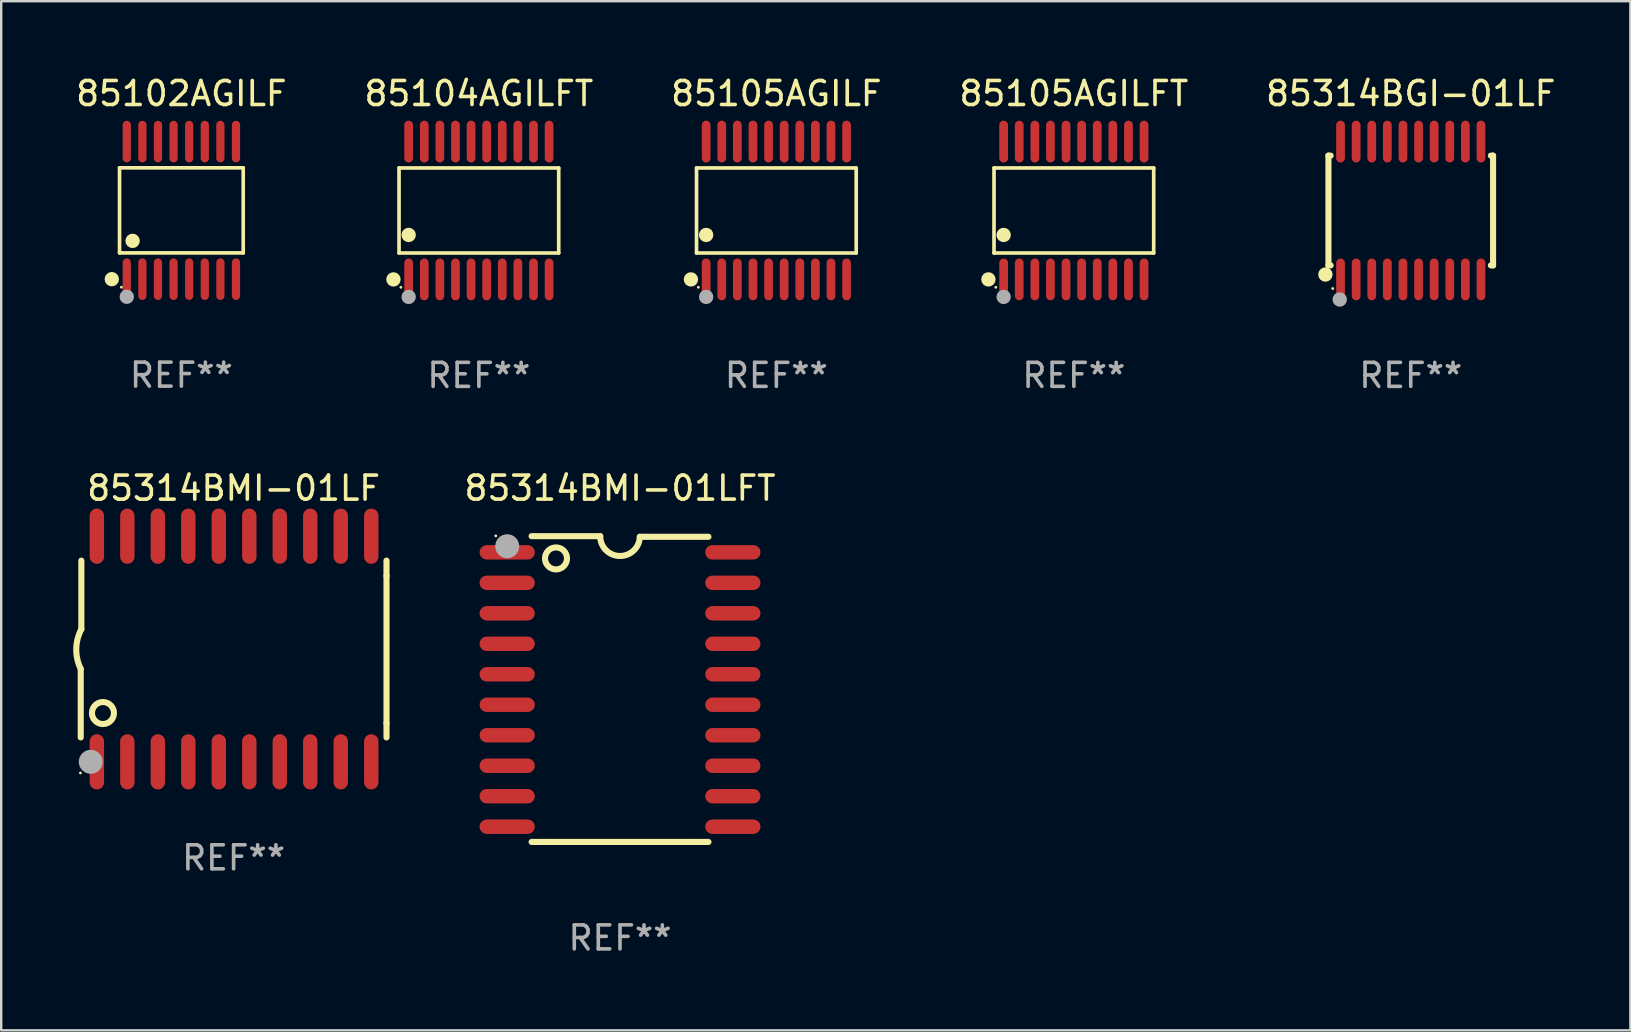
<source format=kicad_pcb>
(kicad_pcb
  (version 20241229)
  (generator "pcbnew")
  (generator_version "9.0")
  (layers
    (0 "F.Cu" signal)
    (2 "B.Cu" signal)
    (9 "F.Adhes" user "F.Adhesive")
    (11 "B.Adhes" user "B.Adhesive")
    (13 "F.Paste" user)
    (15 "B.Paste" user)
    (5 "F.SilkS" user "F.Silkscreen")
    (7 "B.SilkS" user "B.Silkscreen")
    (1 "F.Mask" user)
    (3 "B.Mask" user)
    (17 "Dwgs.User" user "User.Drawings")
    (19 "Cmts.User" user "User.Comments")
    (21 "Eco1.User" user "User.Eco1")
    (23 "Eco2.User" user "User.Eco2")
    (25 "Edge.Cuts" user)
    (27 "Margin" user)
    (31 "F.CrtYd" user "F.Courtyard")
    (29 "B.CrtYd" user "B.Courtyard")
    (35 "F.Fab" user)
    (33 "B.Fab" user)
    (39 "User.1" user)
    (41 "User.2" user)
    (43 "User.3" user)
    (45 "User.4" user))
  (footprint "85314BMI-01LF"
    (layer "F.Cu")
    (at 6.682 23.987)
    (property "Reference" "85314BMI-01LF" (at 0 -6.7 0) (layer "F.SilkS") (effects (font (size 1 1) (thickness 0.15))))
    (attr through_hole)
    (fp_line (start -6.369 0.826) (end -6.369 3.683) (stroke (width 0.254) (type solid)) (layer "F.SilkS"))
    (fp_line (start -6.343 -0.825) (end -6.343 -3.683) (stroke (width 0.254) (type solid)) (layer "F.SilkS"))
    (fp_line (start 6.369 -3.048) (end 6.369 -3.683) (stroke (width 0.254) (type solid)) (layer "F.SilkS"))
    (fp_line (start 6.369 -3.048) (end 6.369 3.096) (stroke (width 0.254) (type solid)) (layer "F.SilkS"))
    (fp_line (start 6.369 3.096) (end 6.369 3.683) (stroke (width 0.254) (type solid)) (layer "F.SilkS"))
    (fp_arc (start -6.36853 0.825552) (mid -6.554743 -0.00301) (end -6.343129 -0.825451) (stroke (width 0.254001) (type solid)) (layer "F.SilkS"))
    (fp_circle (center -6.382 5.163) (end -6.352 5.163) (stroke (width 0.06) (type solid)) (fill no) (layer "F.SilkS"))
    (fp_circle (center -5.443 2.667) (end -4.985 2.667) (stroke (width 0.254) (type solid)) (fill no) (layer "F.SilkS"))
    (fp_circle (center -5.951 4.699) (end -5.701 4.699) (stroke (width 0.5) (type solid)) (fill no) (layer "F.Fab"))
    (fp_text user "REF**" (at 0 8.7 0) (layer "F.Fab") (effects (font (size 1 1) (thickness 0.15))))
    (pad "1" smd oval (at -5.697 4.7 180) (size 0.6 2.3) (layers "F.Cu" "F.Mask" "F.Paste"))
    (pad "2" smd oval (at -4.427 4.7 180) (size 0.6 2.3) (layers "F.Cu" "F.Mask" "F.Paste"))
    (pad "3" smd oval (at -3.157 4.7 180) (size 0.6 2.3) (layers "F.Cu" "F.Mask" "F.Paste"))
    (pad "4" smd oval (at -1.887 4.7 180) (size 0.6 2.3) (layers "F.Cu" "F.Mask" "F.Paste"))
    (pad "5" smd oval (at -0.617 4.7 180) (size 0.6 2.3) (layers "F.Cu" "F.Mask" "F.Paste"))
    (pad "6" smd oval (at 0.653 4.7 180) (size 0.6 2.3) (layers "F.Cu" "F.Mask" "F.Paste"))
    (pad "7" smd oval (at 1.923 4.7 180) (size 0.6 2.3) (layers "F.Cu" "F.Mask" "F.Paste"))
    (pad "8" smd oval (at 3.193 4.7 180) (size 0.6 2.3) (layers "F.Cu" "F.Mask" "F.Paste"))
    (pad "9" smd oval (at 4.463 4.7 180) (size 0.6 2.3) (layers "F.Cu" "F.Mask" "F.Paste"))
    (pad "10" smd oval (at 5.734 4.7 180) (size 0.6 2.3) (layers "F.Cu" "F.Mask" "F.Paste"))
    (pad "11" smd oval (at 5.734 -4.7 180) (size 0.6 2.3) (layers "F.Cu" "F.Mask" "F.Paste"))
    (pad "12" smd oval (at 4.463 -4.7 180) (size 0.6 2.3) (layers "F.Cu" "F.Mask" "F.Paste"))
    (pad "13" smd oval (at 3.193 -4.7 180) (size 0.6 2.3) (layers "F.Cu" "F.Mask" "F.Paste"))
    (pad "14" smd oval (at 1.923 -4.7 180) (size 0.6 2.3) (layers "F.Cu" "F.Mask" "F.Paste"))
    (pad "15" smd oval (at 0.653 -4.7 180) (size 0.6 2.3) (layers "F.Cu" "F.Mask" "F.Paste"))
    (pad "16" smd oval (at -0.617 -4.7 180) (size 0.6 2.3) (layers "F.Cu" "F.Mask" "F.Paste"))
    (pad "17" smd oval (at -1.887 -4.7 180) (size 0.6 2.3) (layers "F.Cu" "F.Mask" "F.Paste"))
    (pad "18" smd oval (at -3.157 -4.7 180) (size 0.6 2.3) (layers "F.Cu" "F.Mask" "F.Paste"))
    (pad "19" smd oval (at -4.427 -4.7 180) (size 0.6 2.3) (layers "F.Cu" "F.Mask" "F.Paste"))
    (pad "20" smd oval (at -5.697 -4.7 180) (size 0.6 2.3) (layers "F.Cu" "F.Mask" "F.Paste")))
  (footprint "85105AGILF"
    (layer "F.Cu")
    (at 29.292 5.719)
    (property "Reference" "85105AGILF" (at 0 -4.871 0) (layer "F.SilkS") (effects (font (size 1 1) (thickness 0.15))))
    (attr through_hole)
    (fp_line (start -3.326 -1.771) (end 3.326 -1.771) (stroke (width 0.152) (type solid)) (layer "F.SilkS"))
    (fp_line (start -3.326 1.771) (end -3.326 -1.771) (stroke (width 0.152) (type solid)) (layer "F.SilkS"))
    (fp_line (start 3.326 -1.771) (end 3.326 1.771) (stroke (width 0.152) (type solid)) (layer "F.SilkS"))
    (fp_line (start 3.326 1.771) (end -3.326 1.771) (stroke (width 0.152) (type solid)) (layer "F.SilkS"))
    (fp_circle (center -3.559 2.871) (end -3.409 2.871) (stroke (width 0.3) (type solid)) (fill no) (layer "F.SilkS"))
    (fp_circle (center -3.25 3.2) (end -3.22 3.2) (stroke (width 0.06) (type solid)) (fill no) (layer "F.SilkS"))
    (fp_circle (center -2.925 1.019) (end -2.775 1.019) (stroke (width 0.3) (type solid)) (fill no) (layer "F.SilkS"))
    (fp_circle (center -2.925 3.6) (end -2.775 3.6) (stroke (width 0.3) (type solid)) (fill no) (layer "F.Fab"))
    (fp_text user "REF**" (at 0 6.871 0) (layer "F.Fab") (effects (font (size 1 1) (thickness 0.15))))
    (pad "1" smd oval (at -2.925 2.871) (size 0.364 1.742) (layers "F.Cu" "F.Mask" "F.Paste"))
    (pad "2" smd oval (at -2.275 2.871) (size 0.364 1.742) (layers "F.Cu" "F.Mask" "F.Paste"))
    (pad "3" smd oval (at -1.625 2.871) (size 0.364 1.742) (layers "F.Cu" "F.Mask" "F.Paste"))
    (pad "4" smd oval (at -0.975 2.871) (size 0.364 1.742) (layers "F.Cu" "F.Mask" "F.Paste"))
    (pad "5" smd oval (at -0.325 2.871) (size 0.364 1.742) (layers "F.Cu" "F.Mask" "F.Paste"))
    (pad "6" smd oval (at 0.325 2.871) (size 0.364 1.742) (layers "F.Cu" "F.Mask" "F.Paste"))
    (pad "7" smd oval (at 0.975 2.871) (size 0.364 1.742) (layers "F.Cu" "F.Mask" "F.Paste"))
    (pad "8" smd oval (at 1.625 2.871) (size 0.364 1.742) (layers "F.Cu" "F.Mask" "F.Paste"))
    (pad "9" smd oval (at 2.275 2.871) (size 0.364 1.742) (layers "F.Cu" "F.Mask" "F.Paste"))
    (pad "10" smd oval (at 2.925 2.871) (size 0.364 1.742) (layers "F.Cu" "F.Mask" "F.Paste"))
    (pad "11" smd oval (at 2.925 -2.871) (size 0.364 1.742) (layers "F.Cu" "F.Mask" "F.Paste"))
    (pad "12" smd oval (at 2.275 -2.871) (size 0.364 1.742) (layers "F.Cu" "F.Mask" "F.Paste"))
    (pad "13" smd oval (at 1.625 -2.871) (size 0.364 1.742) (layers "F.Cu" "F.Mask" "F.Paste"))
    (pad "14" smd oval (at 0.975 -2.871) (size 0.364 1.742) (layers "F.Cu" "F.Mask" "F.Paste"))
    (pad "15" smd oval (at 0.325 -2.871) (size 0.364 1.742) (layers "F.Cu" "F.Mask" "F.Paste"))
    (pad "16" smd oval (at -0.325 -2.871) (size 0.364 1.742) (layers "F.Cu" "F.Mask" "F.Paste"))
    (pad "17" smd oval (at -0.975 -2.871) (size 0.364 1.742) (layers "F.Cu" "F.Mask" "F.Paste"))
    (pad "18" smd oval (at -1.625 -2.871) (size 0.364 1.742) (layers "F.Cu" "F.Mask" "F.Paste"))
    (pad "19" smd oval (at -2.275 -2.871) (size 0.364 1.742) (layers "F.Cu" "F.Mask" "F.Paste"))
    (pad "20" smd oval (at -2.925 -2.871) (size 0.364 1.742) (layers "F.Cu" "F.Mask" "F.Paste")))
  (footprint "85104AGILFT"
    (layer "F.Cu")
    (at 16.899 5.719)
    (property "Reference" "85104AGILFT" (at 0 -4.871 0) (layer "F.SilkS") (effects (font (size 1 1) (thickness 0.15))))
    (attr through_hole)
    (fp_line (start -3.326 -1.771) (end 3.326 -1.771) (stroke (width 0.152) (type solid)) (layer "F.SilkS"))
    (fp_line (start -3.326 1.771) (end -3.326 -1.771) (stroke (width 0.152) (type solid)) (layer "F.SilkS"))
    (fp_line (start 3.326 -1.771) (end 3.326 1.771) (stroke (width 0.152) (type solid)) (layer "F.SilkS"))
    (fp_line (start 3.326 1.771) (end -3.326 1.771) (stroke (width 0.152) (type solid)) (layer "F.SilkS"))
    (fp_circle (center -3.559 2.871) (end -3.409 2.871) (stroke (width 0.3) (type solid)) (fill no) (layer "F.SilkS"))
    (fp_circle (center -3.25 3.2) (end -3.22 3.2) (stroke (width 0.06) (type solid)) (fill no) (layer "F.SilkS"))
    (fp_circle (center -2.925 1.019) (end -2.775 1.019) (stroke (width 0.3) (type solid)) (fill no) (layer "F.SilkS"))
    (fp_circle (center -2.925 3.6) (end -2.775 3.6) (stroke (width 0.3) (type solid)) (fill no) (layer "F.Fab"))
    (fp_text user "REF**" (at 0 6.871 0) (layer "F.Fab") (effects (font (size 1 1) (thickness 0.15))))
    (pad "1" smd oval (at -2.925 2.871) (size 0.364 1.742) (layers "F.Cu" "F.Mask" "F.Paste"))
    (pad "2" smd oval (at -2.275 2.871) (size 0.364 1.742) (layers "F.Cu" "F.Mask" "F.Paste"))
    (pad "3" smd oval (at -1.625 2.871) (size 0.364 1.742) (layers "F.Cu" "F.Mask" "F.Paste"))
    (pad "4" smd oval (at -0.975 2.871) (size 0.364 1.742) (layers "F.Cu" "F.Mask" "F.Paste"))
    (pad "5" smd oval (at -0.325 2.871) (size 0.364 1.742) (layers "F.Cu" "F.Mask" "F.Paste"))
    (pad "6" smd oval (at 0.325 2.871) (size 0.364 1.742) (layers "F.Cu" "F.Mask" "F.Paste"))
    (pad "7" smd oval (at 0.975 2.871) (size 0.364 1.742) (layers "F.Cu" "F.Mask" "F.Paste"))
    (pad "8" smd oval (at 1.625 2.871) (size 0.364 1.742) (layers "F.Cu" "F.Mask" "F.Paste"))
    (pad "9" smd oval (at 2.275 2.871) (size 0.364 1.742) (layers "F.Cu" "F.Mask" "F.Paste"))
    (pad "10" smd oval (at 2.925 2.871) (size 0.364 1.742) (layers "F.Cu" "F.Mask" "F.Paste"))
    (pad "11" smd oval (at 2.925 -2.871) (size 0.364 1.742) (layers "F.Cu" "F.Mask" "F.Paste"))
    (pad "12" smd oval (at 2.275 -2.871) (size 0.364 1.742) (layers "F.Cu" "F.Mask" "F.Paste"))
    (pad "13" smd oval (at 1.625 -2.871) (size 0.364 1.742) (layers "F.Cu" "F.Mask" "F.Paste"))
    (pad "14" smd oval (at 0.975 -2.871) (size 0.364 1.742) (layers "F.Cu" "F.Mask" "F.Paste"))
    (pad "15" smd oval (at 0.325 -2.871) (size 0.364 1.742) (layers "F.Cu" "F.Mask" "F.Paste"))
    (pad "16" smd oval (at -0.325 -2.871) (size 0.364 1.742) (layers "F.Cu" "F.Mask" "F.Paste"))
    (pad "17" smd oval (at -0.975 -2.871) (size 0.364 1.742) (layers "F.Cu" "F.Mask" "F.Paste"))
    (pad "18" smd oval (at -1.625 -2.871) (size 0.364 1.742) (layers "F.Cu" "F.Mask" "F.Paste"))
    (pad "19" smd oval (at -2.275 -2.871) (size 0.364 1.742) (layers "F.Cu" "F.Mask" "F.Paste"))
    (pad "20" smd oval (at -2.925 -2.871) (size 0.364 1.742) (layers "F.Cu" "F.Mask" "F.Paste")))
  (footprint "85105AGILFT"
    (layer "F.Cu")
    (at 41.685 5.719)
    (property "Reference" "85105AGILFT" (at 0 -4.871 0) (layer "F.SilkS") (effects (font (size 1 1) (thickness 0.15))))
    (attr through_hole)
    (fp_line (start -3.326 -1.771) (end 3.326 -1.771) (stroke (width 0.152) (type solid)) (layer "F.SilkS"))
    (fp_line (start -3.326 1.771) (end -3.326 -1.771) (stroke (width 0.152) (type solid)) (layer "F.SilkS"))
    (fp_line (start 3.326 -1.771) (end 3.326 1.771) (stroke (width 0.152) (type solid)) (layer "F.SilkS"))
    (fp_line (start 3.326 1.771) (end -3.326 1.771) (stroke (width 0.152) (type solid)) (layer "F.SilkS"))
    (fp_circle (center -3.559 2.871) (end -3.409 2.871) (stroke (width 0.3) (type solid)) (fill no) (layer "F.SilkS"))
    (fp_circle (center -3.25 3.2) (end -3.22 3.2) (stroke (width 0.06) (type solid)) (fill no) (layer "F.SilkS"))
    (fp_circle (center -2.925 1.019) (end -2.775 1.019) (stroke (width 0.3) (type solid)) (fill no) (layer "F.SilkS"))
    (fp_circle (center -2.925 3.6) (end -2.775 3.6) (stroke (width 0.3) (type solid)) (fill no) (layer "F.Fab"))
    (fp_text user "REF**" (at 0 6.871 0) (layer "F.Fab") (effects (font (size 1 1) (thickness 0.15))))
    (pad "1" smd oval (at -2.925 2.871) (size 0.364 1.742) (layers "F.Cu" "F.Mask" "F.Paste"))
    (pad "2" smd oval (at -2.275 2.871) (size 0.364 1.742) (layers "F.Cu" "F.Mask" "F.Paste"))
    (pad "3" smd oval (at -1.625 2.871) (size 0.364 1.742) (layers "F.Cu" "F.Mask" "F.Paste"))
    (pad "4" smd oval (at -0.975 2.871) (size 0.364 1.742) (layers "F.Cu" "F.Mask" "F.Paste"))
    (pad "5" smd oval (at -0.325 2.871) (size 0.364 1.742) (layers "F.Cu" "F.Mask" "F.Paste"))
    (pad "6" smd oval (at 0.325 2.871) (size 0.364 1.742) (layers "F.Cu" "F.Mask" "F.Paste"))
    (pad "7" smd oval (at 0.975 2.871) (size 0.364 1.742) (layers "F.Cu" "F.Mask" "F.Paste"))
    (pad "8" smd oval (at 1.625 2.871) (size 0.364 1.742) (layers "F.Cu" "F.Mask" "F.Paste"))
    (pad "9" smd oval (at 2.275 2.871) (size 0.364 1.742) (layers "F.Cu" "F.Mask" "F.Paste"))
    (pad "10" smd oval (at 2.925 2.871) (size 0.364 1.742) (layers "F.Cu" "F.Mask" "F.Paste"))
    (pad "11" smd oval (at 2.925 -2.871) (size 0.364 1.742) (layers "F.Cu" "F.Mask" "F.Paste"))
    (pad "12" smd oval (at 2.275 -2.871) (size 0.364 1.742) (layers "F.Cu" "F.Mask" "F.Paste"))
    (pad "13" smd oval (at 1.625 -2.871) (size 0.364 1.742) (layers "F.Cu" "F.Mask" "F.Paste"))
    (pad "14" smd oval (at 0.975 -2.871) (size 0.364 1.742) (layers "F.Cu" "F.Mask" "F.Paste"))
    (pad "15" smd oval (at 0.325 -2.871) (size 0.364 1.742) (layers "F.Cu" "F.Mask" "F.Paste"))
    (pad "16" smd oval (at -0.325 -2.871) (size 0.364 1.742) (layers "F.Cu" "F.Mask" "F.Paste"))
    (pad "17" smd oval (at -0.975 -2.871) (size 0.364 1.742) (layers "F.Cu" "F.Mask" "F.Paste"))
    (pad "18" smd oval (at -1.625 -2.871) (size 0.364 1.742) (layers "F.Cu" "F.Mask" "F.Paste"))
    (pad "19" smd oval (at -2.275 -2.871) (size 0.364 1.742) (layers "F.Cu" "F.Mask" "F.Paste"))
    (pad "20" smd oval (at -2.925 -2.871) (size 0.364 1.742) (layers "F.Cu" "F.Mask" "F.Paste")))
  (footprint "85314BMI-01LFT"
    (layer "F.Cu")
    (at 22.779 25.655)
    (property "Reference" "85314BMI-01LFT" (at 0 -8.369 0) (layer "F.SilkS") (effects (font (size 1 1) (thickness 0.15))))
    (attr through_hole)
    (fp_line (start -3.096 6.369) (end -3.683 6.369) (stroke (width 0.254) (type solid)) (layer "F.SilkS"))
    (fp_line (start -0.825 -6.369) (end -3.683 -6.369) (stroke (width 0.254) (type solid)) (layer "F.SilkS"))
    (fp_line (start 0.826 -6.343) (end 3.683 -6.343) (stroke (width 0.254) (type solid)) (layer "F.SilkS"))
    (fp_line (start 3.048 6.369) (end -3.096 6.369) (stroke (width 0.254) (type solid)) (layer "F.SilkS"))
    (fp_line (start 3.048 6.369) (end 3.683 6.369) (stroke (width 0.254) (type solid)) (layer "F.SilkS"))
    (fp_arc (start 0.825527 -6.343129) (mid -0.012478 -5.543126) (end -0.825476 -6.36853) (stroke (width 0.254001) (type solid)) (layer "F.SilkS"))
    (fp_circle (center -5.175 -6.382) (end -5.145 -6.382) (stroke (width 0.06) (type solid)) (fill no) (layer "F.SilkS"))
    (fp_circle (center -2.667 -5.442) (end -2.209 -5.442) (stroke (width 0.254) (type solid)) (fill no) (layer "F.SilkS"))
    (fp_circle (center -4.699 -5.95) (end -4.449 -5.95) (stroke (width 0.5) (type solid)) (fill no) (layer "F.Fab"))
    (fp_text user "REF**" (at 0 10.369 0) (layer "F.Fab") (effects (font (size 1 1) (thickness 0.15))))
    (pad "1" smd oval (at -4.7 -5.696 90) (size 0.6 2.3) (layers "F.Cu" "F.Mask" "F.Paste"))
    (pad "2" smd oval (at -4.7 -4.426 90) (size 0.6 2.3) (layers "F.Cu" "F.Mask" "F.Paste"))
    (pad "3" smd oval (at -4.7 -3.156 90) (size 0.6 2.3) (layers "F.Cu" "F.Mask" "F.Paste"))
    (pad "4" smd oval (at -4.7 -1.886 90) (size 0.6 2.3) (layers "F.Cu" "F.Mask" "F.Paste"))
    (pad "5" smd oval (at -4.7 -0.616 90) (size 0.6 2.3) (layers "F.Cu" "F.Mask" "F.Paste"))
    (pad "6" smd oval (at -4.7 0.654 90) (size 0.6 2.3) (layers "F.Cu" "F.Mask" "F.Paste"))
    (pad "7" smd oval (at -4.7 1.924 90) (size 0.6 2.3) (layers "F.Cu" "F.Mask" "F.Paste"))
    (pad "8" smd oval (at -4.7 3.194 90) (size 0.6 2.3) (layers "F.Cu" "F.Mask" "F.Paste"))
    (pad "9" smd oval (at -4.7 4.464 90) (size 0.6 2.3) (layers "F.Cu" "F.Mask" "F.Paste"))
    (pad "10" smd oval (at -4.7 5.734 90) (size 0.6 2.3) (layers "F.Cu" "F.Mask" "F.Paste"))
    (pad "11" smd oval (at 4.7 5.734 90) (size 0.6 2.3) (layers "F.Cu" "F.Mask" "F.Paste"))
    (pad "12" smd oval (at 4.7 4.464 90) (size 0.6 2.3) (layers "F.Cu" "F.Mask" "F.Paste"))
    (pad "13" smd oval (at 4.7 3.194 90) (size 0.6 2.3) (layers "F.Cu" "F.Mask" "F.Paste"))
    (pad "14" smd oval (at 4.7 1.924 90) (size 0.6 2.3) (layers "F.Cu" "F.Mask" "F.Paste"))
    (pad "15" smd oval (at 4.7 0.654 90) (size 0.6 2.3) (layers "F.Cu" "F.Mask" "F.Paste"))
    (pad "16" smd oval (at 4.7 -0.616 90) (size 0.6 2.3) (layers "F.Cu" "F.Mask" "F.Paste"))
    (pad "17" smd oval (at 4.7 -1.886 90) (size 0.6 2.3) (layers "F.Cu" "F.Mask" "F.Paste"))
    (pad "18" smd oval (at 4.7 -3.156 90) (size 0.6 2.3) (layers "F.Cu" "F.Mask" "F.Paste"))
    (pad "19" smd oval (at 4.7 -4.426 90) (size 0.6 2.3) (layers "F.Cu" "F.Mask" "F.Paste"))
    (pad "20" smd oval (at 4.7 -5.696 90) (size 0.6 2.3) (layers "F.Cu" "F.Mask" "F.Paste")))
  (footprint "85102AGILF"
    (layer "F.Cu")
    (at 4.506 5.714)
    (property "Reference" "85102AGILF" (at 0 -4.866 0) (layer "F.SilkS") (effects (font (size 1 1) (thickness 0.15))))
    (attr through_hole)
    (fp_line (start -2.576 -1.772) (end 2.576 -1.772) (stroke (width 0.152) (type solid)) (layer "F.SilkS"))
    (fp_line (start -2.576 1.771) (end -2.576 -1.772) (stroke (width 0.152) (type solid)) (layer "F.SilkS"))
    (fp_line (start 2.576 -1.772) (end 2.576 1.771) (stroke (width 0.152) (type solid)) (layer "F.SilkS"))
    (fp_line (start 2.576 1.771) (end -2.576 1.771) (stroke (width 0.152) (type solid)) (layer "F.SilkS"))
    (fp_circle (center -2.899 2.866) (end -2.749 2.866) (stroke (width 0.3) (type solid)) (fill no) (layer "F.SilkS"))
    (fp_circle (center -2.5 3.2) (end -2.47 3.2) (stroke (width 0.06) (type solid)) (fill no) (layer "F.SilkS"))
    (fp_circle (center -2.032 1.27) (end -1.882 1.27) (stroke (width 0.3) (type solid)) (fill no) (layer "F.SilkS"))
    (fp_circle (center -2.275 3.6) (end -2.125 3.6) (stroke (width 0.3) (type solid)) (fill no) (layer "F.Fab"))
    (fp_text user "REF**" (at 0 6.866 0) (layer "F.Fab") (effects (font (size 1 1) (thickness 0.15))))
    (pad "1" smd oval (at -2.275 2.866) (size 0.343 1.731) (layers "F.Cu" "F.Mask" "F.Paste"))
    (pad "2" smd oval (at -1.625 2.866) (size 0.343 1.731) (layers "F.Cu" "F.Mask" "F.Paste"))
    (pad "3" smd oval (at -0.975 2.866) (size 0.343 1.731) (layers "F.Cu" "F.Mask" "F.Paste"))
    (pad "4" smd oval (at -0.325 2.866) (size 0.343 1.731) (layers "F.Cu" "F.Mask" "F.Paste"))
    (pad "5" smd oval (at 0.325 2.866) (size 0.343 1.731) (layers "F.Cu" "F.Mask" "F.Paste"))
    (pad "6" smd oval (at 0.975 2.866) (size 0.343 1.731) (layers "F.Cu" "F.Mask" "F.Paste"))
    (pad "7" smd oval (at 1.625 2.866) (size 0.343 1.731) (layers "F.Cu" "F.Mask" "F.Paste"))
    (pad "8" smd oval (at 2.275 2.866) (size 0.343 1.731) (layers "F.Cu" "F.Mask" "F.Paste"))
    (pad "9" smd oval (at 2.275 -2.866) (size 0.343 1.731) (layers "F.Cu" "F.Mask" "F.Paste"))
    (pad "10" smd oval (at 1.625 -2.866) (size 0.343 1.731) (layers "F.Cu" "F.Mask" "F.Paste"))
    (pad "11" smd oval (at 0.975 -2.866) (size 0.343 1.731) (layers "F.Cu" "F.Mask" "F.Paste"))
    (pad "12" smd oval (at 0.325 -2.866) (size 0.343 1.731) (layers "F.Cu" "F.Mask" "F.Paste"))
    (pad "13" smd oval (at -0.325 -2.866) (size 0.343 1.731) (layers "F.Cu" "F.Mask" "F.Paste"))
    (pad "14" smd oval (at -0.975 -2.866) (size 0.343 1.731) (layers "F.Cu" "F.Mask" "F.Paste"))
    (pad "15" smd oval (at -1.625 -2.866) (size 0.343 1.731) (layers "F.Cu" "F.Mask" "F.Paste"))
    (pad "16" smd oval (at -2.275 -2.866) (size 0.343 1.731) (layers "F.Cu" "F.Mask" "F.Paste")))
  (footprint "85314BGI-01LF"
    (layer "F.Cu")
    (at 55.72 5.719)
    (property "Reference" "85314BGI-01LF" (at 0 -4.871 0) (layer "F.SilkS") (effects (font (size 1 1) (thickness 0.15))))
    (attr through_hole)
    (fp_line (start -3.429 -2.286) (end -3.429 2.286) (stroke (width 0.254) (type solid)) (layer "F.SilkS"))
    (fp_line (start -3.429 2.286) (end -3.338 2.286) (stroke (width 0.254) (type solid)) (layer "F.SilkS"))
    (fp_line (start -3.338 -2.286) (end -3.429 -2.286) (stroke (width 0.254) (type solid)) (layer "F.SilkS"))
    (fp_line (start 3.338 -2.286) (end 3.429 -2.286) (stroke (width 0.254) (type solid)) (layer "F.SilkS"))
    (fp_line (start 3.429 -2.286) (end 3.429 2.286) (stroke (width 0.254) (type solid)) (layer "F.SilkS"))
    (fp_line (start 3.429 2.286) (end 3.338 2.286) (stroke (width 0.254) (type solid)) (layer "F.SilkS"))
    (fp_circle (center -3.556 2.667) (end -3.406 2.667) (stroke (width 0.3) (type solid)) (fill no) (layer "F.SilkS"))
    (fp_circle (center -3.25 3.25) (end -3.22 3.25) (stroke (width 0.06) (type solid)) (fill no) (layer "F.SilkS"))
    (fp_circle (center -2.959 3.707) (end -2.808 3.707) (stroke (width 0.3) (type solid)) (fill no) (layer "F.Fab"))
    (fp_text user "REF**" (at 0 6.871 0) (layer "F.Fab") (effects (font (size 1 1) (thickness 0.15))))
    (pad "1" smd oval (at -2.925 2.871) (size 0.364 1.742) (layers "F.Cu" "F.Mask" "F.Paste"))
    (pad "2" smd oval (at -2.275 2.871) (size 0.364 1.742) (layers "F.Cu" "F.Mask" "F.Paste"))
    (pad "3" smd oval (at -1.625 2.871) (size 0.364 1.742) (layers "F.Cu" "F.Mask" "F.Paste"))
    (pad "4" smd oval (at -0.975 2.871) (size 0.364 1.742) (layers "F.Cu" "F.Mask" "F.Paste"))
    (pad "5" smd oval (at -0.325 2.871) (size 0.364 1.742) (layers "F.Cu" "F.Mask" "F.Paste"))
    (pad "6" smd oval (at 0.325 2.871) (size 0.364 1.742) (layers "F.Cu" "F.Mask" "F.Paste"))
    (pad "7" smd oval (at 0.975 2.871) (size 0.364 1.742) (layers "F.Cu" "F.Mask" "F.Paste"))
    (pad "8" smd oval (at 1.625 2.871) (size 0.364 1.742) (layers "F.Cu" "F.Mask" "F.Paste"))
    (pad "9" smd oval (at 2.275 2.871) (size 0.364 1.742) (layers "F.Cu" "F.Mask" "F.Paste"))
    (pad "10" smd oval (at 2.925 2.871) (size 0.364 1.742) (layers "F.Cu" "F.Mask" "F.Paste"))
    (pad "11" smd oval (at 2.925 -2.871) (size 0.364 1.742) (layers "F.Cu" "F.Mask" "F.Paste"))
    (pad "12" smd oval (at 2.275 -2.871) (size 0.364 1.742) (layers "F.Cu" "F.Mask" "F.Paste"))
    (pad "13" smd oval (at 1.625 -2.871) (size 0.364 1.742) (layers "F.Cu" "F.Mask" "F.Paste"))
    (pad "14" smd oval (at 0.975 -2.871) (size 0.364 1.742) (layers "F.Cu" "F.Mask" "F.Paste"))
    (pad "15" smd oval (at 0.325 -2.871) (size 0.364 1.742) (layers "F.Cu" "F.Mask" "F.Paste"))
    (pad "16" smd oval (at -0.325 -2.871) (size 0.364 1.742) (layers "F.Cu" "F.Mask" "F.Paste"))
    (pad "17" smd oval (at -0.975 -2.871) (size 0.364 1.742) (layers "F.Cu" "F.Mask" "F.Paste"))
    (pad "18" smd oval (at -1.625 -2.871) (size 0.364 1.742) (layers "F.Cu" "F.Mask" "F.Paste"))
    (pad "19" smd oval (at -2.275 -2.871) (size 0.364 1.742) (layers "F.Cu" "F.Mask" "F.Paste"))
    (pad "20" smd oval (at -2.925 -2.871) (size 0.364 1.742) (layers "F.Cu" "F.Mask" "F.Paste")))
  (gr_rect
    (start -3 -3)
    (end 64.869 39.872)
    (stroke (width 0.1) (type default))
    (fill no)
    (layer "Edge.Cuts")))
</source>
